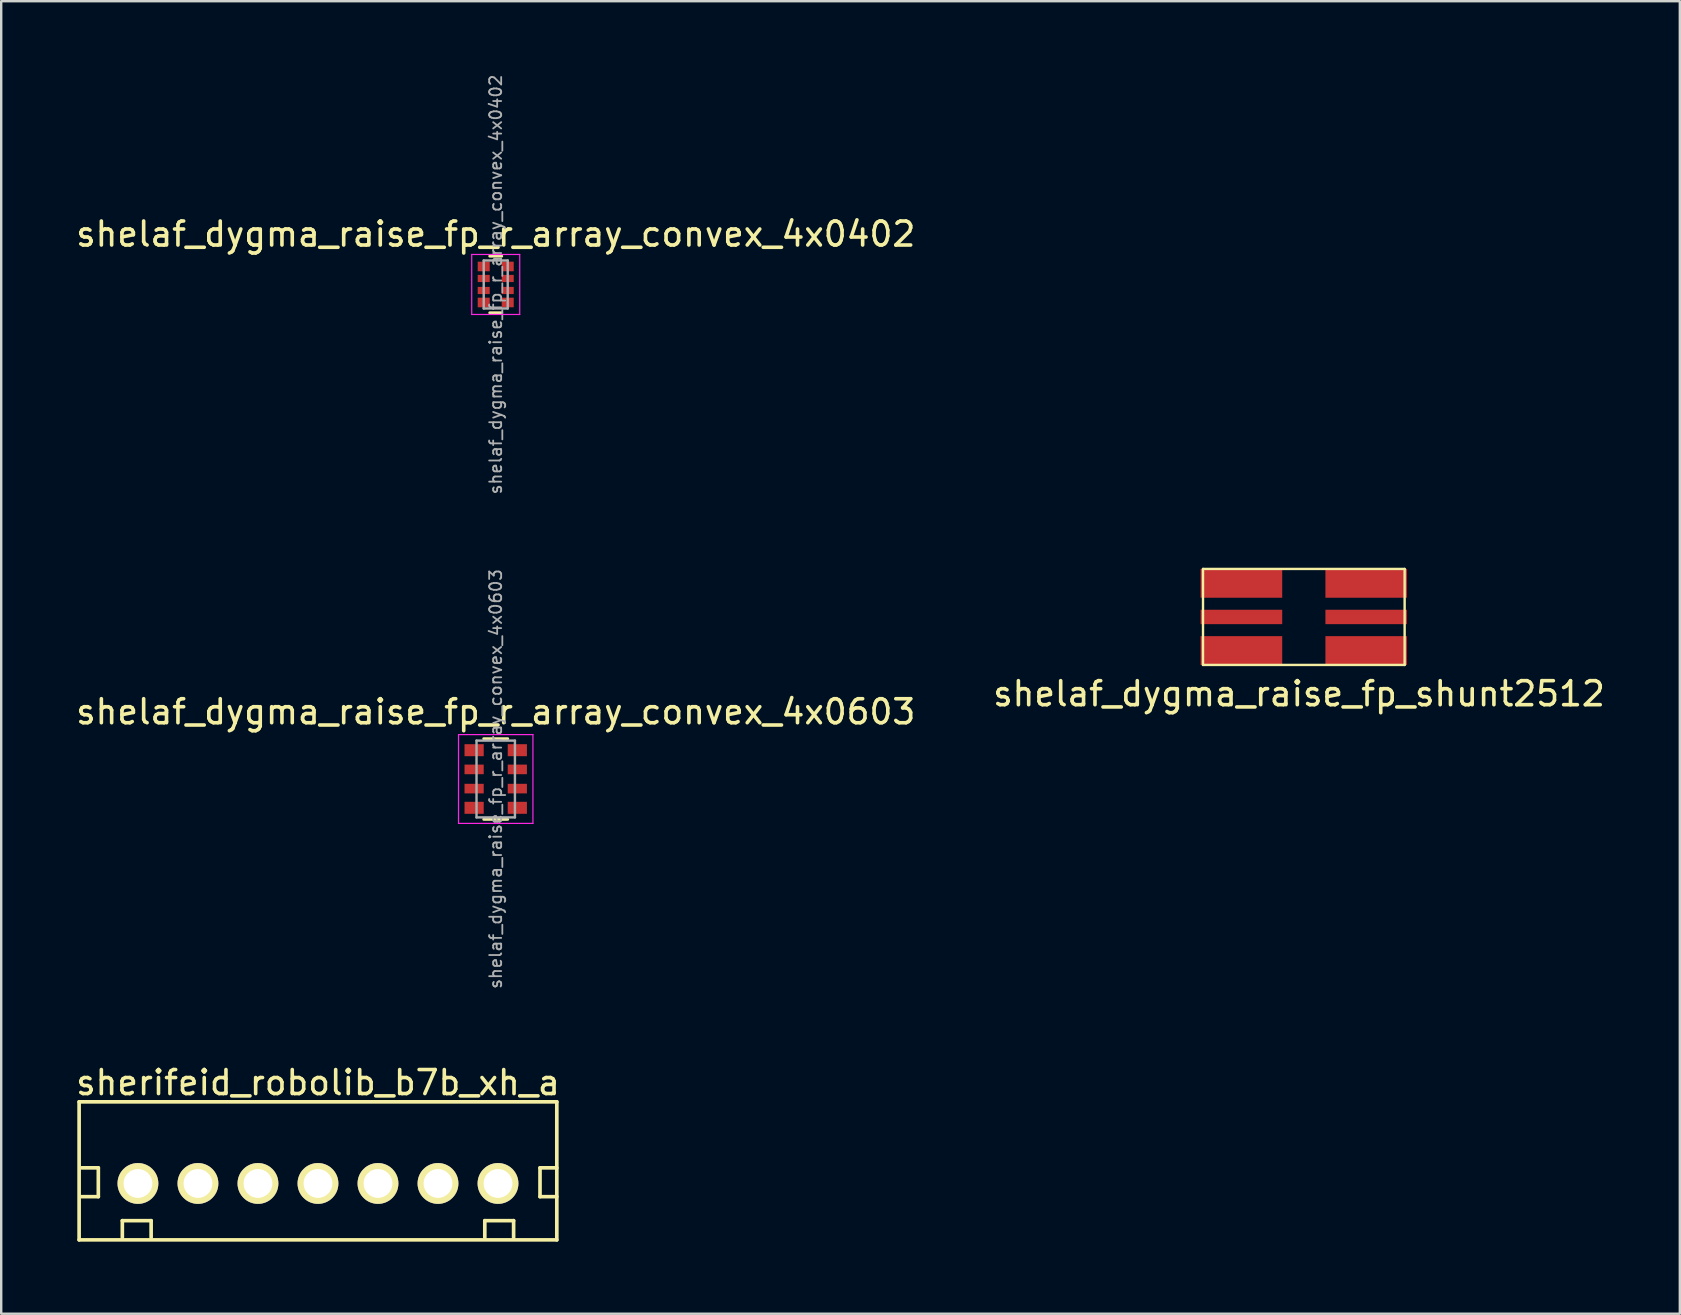
<source format=kicad_pcb>
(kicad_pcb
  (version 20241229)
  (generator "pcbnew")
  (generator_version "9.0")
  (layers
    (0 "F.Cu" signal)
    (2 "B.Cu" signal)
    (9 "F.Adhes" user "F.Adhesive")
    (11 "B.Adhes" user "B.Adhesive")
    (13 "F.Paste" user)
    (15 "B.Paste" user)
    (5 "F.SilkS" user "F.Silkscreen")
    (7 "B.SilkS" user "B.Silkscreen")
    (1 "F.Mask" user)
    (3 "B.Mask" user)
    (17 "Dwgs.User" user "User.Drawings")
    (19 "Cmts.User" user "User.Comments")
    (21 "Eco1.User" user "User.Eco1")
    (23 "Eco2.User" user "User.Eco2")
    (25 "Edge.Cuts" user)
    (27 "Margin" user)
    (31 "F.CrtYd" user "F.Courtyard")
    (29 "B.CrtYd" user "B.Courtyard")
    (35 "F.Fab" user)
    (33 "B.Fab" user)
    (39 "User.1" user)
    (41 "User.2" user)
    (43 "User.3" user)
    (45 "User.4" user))
  (footprint "shelaf_dygma_raise_fp_shunt2512"
    (layer "F.Cu")
    (at 51.265 22.651)
    (property "Reference" "shelaf_dygma_raise_fp_shunt2512" (at -0.2 3.2 0) (layer "F.SilkS") (effects (font (size 1 1) (thickness 0.15))))
    (attr through_hole)
    (fp_line (start -4.2 -2) (end 4.2 -2) (stroke (width 0.1) (type solid)) (layer "F.SilkS"))
    (fp_line (start -4.2 2) (end -4.2 -2) (stroke (width 0.1) (type solid)) (layer "F.SilkS"))
    (fp_line (start 4.2 -2) (end 4.2 2) (stroke (width 0.1) (type solid)) (layer "F.SilkS"))
    (fp_line (start 4.2 2) (end -4.2 2) (stroke (width 0.1) (type solid)) (layer "F.SilkS"))
    (pad "1" smd rect (at -2.6 -1.4) (size 3.4 1.2) (layers "F.Cu" "F.Mask" "F.Paste"))
    (pad "1" smd rect (at -2.6 1.4) (size 3.4 1.2) (layers "F.Cu" "F.Mask" "F.Paste"))
    (pad "2" smd rect (at -2.6 0) (size 3.4 0.6) (layers "F.Cu" "F.Mask" "F.Paste"))
    (pad "3" smd rect (at 2.6 0) (size 3.4 0.6) (layers "F.Cu" "F.Mask" "F.Paste"))
    (pad "4" smd rect (at 2.6 -1.4) (size 3.4 1.2) (layers "F.Cu" "F.Mask" "F.Paste"))
    (pad "4" smd rect (at 2.6 1.4) (size 3.4 1.2) (layers "F.Cu" "F.Mask" "F.Paste")))
  (footprint "sherifeid_robolib_b7b_xh_a"
    (layer "F.Cu")
    (at 10.196 46.251)
    (property "Reference" "sherifeid_robolib_b7b_xh_a" (at 0 -4.2 0) (layer "F.SilkS") (effects (font (size 1 1) (thickness 0.15))))
    (attr through_hole)
    (fp_line (start -9.95 -3.4) (end -9.95 2.35) (stroke (width 0.152) (type solid)) (layer "F.SilkS"))
    (fp_line (start -9.95 -3.4) (end 9.95 -3.4) (stroke (width 0.152) (type solid)) (layer "F.SilkS"))
    (fp_line (start -9.95 2.35) (end 9.95 2.35) (stroke (width 0.152) (type solid)) (layer "F.SilkS"))
    (fp_line (start -9.85 0.55) (end -9.15 0.55) (stroke (width 0.152) (type solid)) (layer "F.SilkS"))
    (fp_line (start -9.15 -0.65) (end -9.85 -0.65) (stroke (width 0.152) (type solid)) (layer "F.SilkS"))
    (fp_line (start -9.15 0.55) (end -9.15 -0.65) (stroke (width 0.152) (type solid)) (layer "F.SilkS"))
    (fp_line (start -8.15 1.55) (end -8.15 2.25) (stroke (width 0.152) (type solid)) (layer "F.SilkS"))
    (fp_line (start -6.95 1.55) (end -8.15 1.55) (stroke (width 0.152) (type solid)) (layer "F.SilkS"))
    (fp_line (start -6.95 2.25) (end -6.95 1.55) (stroke (width 0.152) (type solid)) (layer "F.SilkS"))
    (fp_line (start 6.95 1.55) (end 6.95 2.25) (stroke (width 0.152) (type solid)) (layer "F.SilkS"))
    (fp_line (start 8.15 1.55) (end 6.95 1.55) (stroke (width 0.152) (type solid)) (layer "F.SilkS"))
    (fp_line (start 8.15 2.25) (end 8.15 1.55) (stroke (width 0.152) (type solid)) (layer "F.SilkS"))
    (fp_line (start 9.25 -0.65) (end 9.95 -0.65) (stroke (width 0.152) (type solid)) (layer "F.SilkS"))
    (fp_line (start 9.25 0.55) (end 9.25 -0.65) (stroke (width 0.152) (type solid)) (layer "F.SilkS"))
    (fp_line (start 9.95 -3.4) (end 9.95 2.35) (stroke (width 0.152) (type solid)) (layer "F.SilkS"))
    (fp_line (start 9.95 0.55) (end 9.25 0.55) (stroke (width 0.152) (type solid)) (layer "F.SilkS"))
    (pad "1" thru_hole circle (at -7.5 0) (size 1.7 1.7) (drill 1.2) (layers "*.Cu" "*.Mask" "F.SilkS"))
    (pad "2" thru_hole circle (at -5 0) (size 1.7 1.7) (drill 1.2) (layers "*.Cu" "*.Mask" "F.SilkS"))
    (pad "3" thru_hole circle (at -2.5 0) (size 1.7 1.7) (drill 1.2) (layers "*.Cu" "*.Mask" "F.SilkS"))
    (pad "4" thru_hole circle (at 0 0) (size 1.7 1.7) (drill 1.2) (layers "*.Cu" "*.Mask" "F.SilkS"))
    (pad "5" thru_hole circle (at 2.5 0) (size 1.7 1.7) (drill 1.2) (layers "*.Cu" "*.Mask" "F.SilkS"))
    (pad "6" thru_hole circle (at 5 0) (size 1.7 1.7) (drill 1.2) (layers "*.Cu" "*.Mask" "F.SilkS"))
    (pad "7" thru_hole circle (at 7.5 0) (size 1.7 1.7) (drill 1.2) (layers "*.Cu" "*.Mask" "F.SilkS")))
  (footprint "shelaf_dygma_raise_fp_r_array_convex_4x0402"
    (layer "F.Cu")
    (at 17.601 8.801)
    (property "Reference" "shelaf_dygma_raise_fp_r_array_convex_4x0402" (at 0 -2.1 0) (layer "F.SilkS") (effects (font (size 1 1) (thickness 0.15))))
    (attr smd)
    (fp_line (start 0.25 -1.18) (end -0.25 -1.18) (stroke (width 0.12) (type solid)) (layer "F.SilkS"))
    (fp_line (start 0.25 1.18) (end -0.25 1.18) (stroke (width 0.12) (type solid)) (layer "F.SilkS"))
    (fp_line (start -1 -1.25) (end -1 1.25) (stroke (width 0.05) (type solid)) (layer "F.CrtYd"))
    (fp_line (start -1 -1.25) (end 1 -1.25) (stroke (width 0.05) (type solid)) (layer "F.CrtYd"))
    (fp_line (start 1 1.25) (end -1 1.25) (stroke (width 0.05) (type solid)) (layer "F.CrtYd"))
    (fp_line (start 1 1.25) (end 1 -1.25) (stroke (width 0.05) (type solid)) (layer "F.CrtYd"))
    (fp_line (start -0.5 -1) (end 0.5 -1) (stroke (width 0.1) (type solid)) (layer "F.Fab"))
    (fp_line (start -0.5 1) (end -0.5 -1) (stroke (width 0.1) (type solid)) (layer "F.Fab"))
    (fp_line (start 0.5 -1) (end 0.5 1) (stroke (width 0.1) (type solid)) (layer "F.Fab"))
    (fp_line (start 0.5 1) (end -0.5 1) (stroke (width 0.1) (type solid)) (layer "F.Fab"))
    (fp_text user "${REFERENCE}" (at 0 0 90) (layer "F.Fab") (effects (font (size 0.5 0.5) (thickness 0.075))))
    (pad "1" smd rect (at -0.5 -0.75) (size 0.5 0.4) (layers "F.Cu" "F.Mask" "F.Paste"))
    (pad "2" smd rect (at -0.5 -0.25) (size 0.5 0.3) (layers "F.Cu" "F.Mask" "F.Paste"))
    (pad "3" smd rect (at -0.5 0.25) (size 0.5 0.3) (layers "F.Cu" "F.Mask" "F.Paste"))
    (pad "4" smd rect (at -0.5 0.75) (size 0.5 0.4) (layers "F.Cu" "F.Mask" "F.Paste"))
    (pad "5" smd rect (at 0.5 0.75) (size 0.5 0.4) (layers "F.Cu" "F.Mask" "F.Paste"))
    (pad "6" smd rect (at 0.5 0.25) (size 0.5 0.3) (layers "F.Cu" "F.Mask" "F.Paste"))
    (pad "7" smd rect (at 0.5 -0.25) (size 0.5 0.3) (layers "F.Cu" "F.Mask" "F.Paste"))
    (pad "8" smd rect (at 0.5 -0.75) (size 0.5 0.4) (layers "F.Cu" "F.Mask" "F.Paste")))
  (footprint "shelaf_dygma_raise_fp_r_array_convex_4x0603"
    (layer "F.Cu")
    (at 17.601 29.402)
    (property "Reference" "shelaf_dygma_raise_fp_r_array_convex_4x0603" (at 0 -2.8 0) (layer "F.SilkS") (effects (font (size 1 1) (thickness 0.15))))
    (attr smd)
    (fp_line (start 0.5 -1.68) (end -0.5 -1.68) (stroke (width 0.12) (type solid)) (layer "F.SilkS"))
    (fp_line (start 0.5 1.68) (end -0.5 1.68) (stroke (width 0.12) (type solid)) (layer "F.SilkS"))
    (fp_line (start -1.55 -1.85) (end -1.55 1.85) (stroke (width 0.05) (type solid)) (layer "F.CrtYd"))
    (fp_line (start -1.55 -1.85) (end 1.55 -1.85) (stroke (width 0.05) (type solid)) (layer "F.CrtYd"))
    (fp_line (start 1.55 1.85) (end -1.55 1.85) (stroke (width 0.05) (type solid)) (layer "F.CrtYd"))
    (fp_line (start 1.55 1.85) (end 1.55 -1.85) (stroke (width 0.05) (type solid)) (layer "F.CrtYd"))
    (fp_line (start -0.8 -1.6) (end 0.8 -1.6) (stroke (width 0.1) (type solid)) (layer "F.Fab"))
    (fp_line (start -0.8 1.6) (end -0.8 -1.6) (stroke (width 0.1) (type solid)) (layer "F.Fab"))
    (fp_line (start 0.8 -1.6) (end 0.8 1.6) (stroke (width 0.1) (type solid)) (layer "F.Fab"))
    (fp_line (start 0.8 1.6) (end -0.8 1.6) (stroke (width 0.1) (type solid)) (layer "F.Fab"))
    (fp_text user "${REFERENCE}" (at 0 0 90) (layer "F.Fab") (effects (font (size 0.5 0.5) (thickness 0.075))))
    (pad "1" smd rect (at -0.9 -1.2) (size 0.8 0.5) (layers "F.Cu" "F.Mask" "F.Paste"))
    (pad "2" smd rect (at -0.9 -0.4) (size 0.8 0.4) (layers "F.Cu" "F.Mask" "F.Paste"))
    (pad "3" smd rect (at -0.9 0.4) (size 0.8 0.4) (layers "F.Cu" "F.Mask" "F.Paste"))
    (pad "4" smd rect (at -0.9 1.2) (size 0.8 0.5) (layers "F.Cu" "F.Mask" "F.Paste"))
    (pad "5" smd rect (at 0.9 1.2) (size 0.8 0.5) (layers "F.Cu" "F.Mask" "F.Paste"))
    (pad "6" smd rect (at 0.9 0.4) (size 0.8 0.4) (layers "F.Cu" "F.Mask" "F.Paste"))
    (pad "7" smd rect (at 0.9 -0.4) (size 0.8 0.4) (layers "F.Cu" "F.Mask" "F.Paste"))
    (pad "8" smd rect (at 0.9 -1.2) (size 0.8 0.5) (layers "F.Cu" "F.Mask" "F.Paste")))
  (gr_rect
    (start -3 -3)
    (end 66.929 51.677)
    (stroke (width 0.1) (type default))
    (fill no)
    (layer "Edge.Cuts")))
</source>
